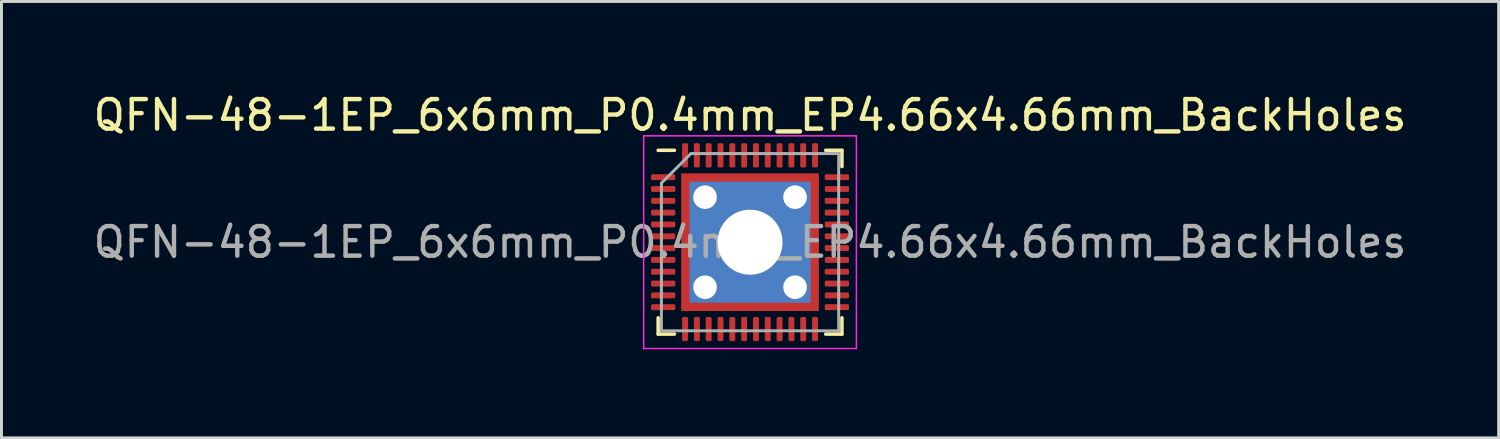
<source format=kicad_pcb>
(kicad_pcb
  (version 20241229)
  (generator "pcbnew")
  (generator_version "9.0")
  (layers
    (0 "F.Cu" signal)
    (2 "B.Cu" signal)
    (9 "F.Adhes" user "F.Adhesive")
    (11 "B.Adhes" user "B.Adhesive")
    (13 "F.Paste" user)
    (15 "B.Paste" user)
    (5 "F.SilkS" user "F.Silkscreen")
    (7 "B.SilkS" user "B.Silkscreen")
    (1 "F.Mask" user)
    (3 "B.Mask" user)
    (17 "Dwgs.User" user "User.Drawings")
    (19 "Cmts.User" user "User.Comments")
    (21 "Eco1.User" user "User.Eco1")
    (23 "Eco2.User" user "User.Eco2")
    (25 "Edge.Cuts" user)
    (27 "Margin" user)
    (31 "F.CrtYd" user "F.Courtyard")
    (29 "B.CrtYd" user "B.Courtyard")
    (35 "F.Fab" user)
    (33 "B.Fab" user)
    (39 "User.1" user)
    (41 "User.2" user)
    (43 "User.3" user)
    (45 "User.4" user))
  (footprint "QFN-48-1EP_6x6mm_P0.4mm_EP4.66x4.66mm_BackHoles"
    (layer "F.Cu")
    (at 22.339 5.148)
    (property "Reference" "QFN-48-1EP_6x6mm_P0.4mm_EP4.66x4.66mm_BackHoles" (at 0 -4.3 0) (layer "F.SilkS") (effects (font (size 1 1) (thickness 0.15))))
    (attr smd)
    (fp_line (start -3.11 3.11) (end -3.11 2.56) (stroke (width 0.12) (type solid)) (layer "F.SilkS"))
    (fp_line (start -2.56 -3.11) (end -3.11 -3.11) (stroke (width 0.12) (type solid)) (layer "F.SilkS"))
    (fp_line (start -2.56 3.11) (end -3.11 3.11) (stroke (width 0.12) (type solid)) (layer "F.SilkS"))
    (fp_line (start 2.56 -3.11) (end 3.11 -3.11) (stroke (width 0.12) (type solid)) (layer "F.SilkS"))
    (fp_line (start 2.56 3.11) (end 3.11 3.11) (stroke (width 0.12) (type solid)) (layer "F.SilkS"))
    (fp_line (start 3.11 -3.11) (end 3.11 -2.56) (stroke (width 0.12) (type solid)) (layer "F.SilkS"))
    (fp_line (start 3.11 3.11) (end 3.11 2.56) (stroke (width 0.12) (type solid)) (layer "F.SilkS"))
    (fp_line (start -3.6 -3.6) (end -3.6 3.6) (stroke (width 0.05) (type solid)) (layer "F.CrtYd"))
    (fp_line (start -3.6 3.6) (end 3.6 3.6) (stroke (width 0.05) (type solid)) (layer "F.CrtYd"))
    (fp_line (start 3.6 -3.6) (end -3.6 -3.6) (stroke (width 0.05) (type solid)) (layer "F.CrtYd"))
    (fp_line (start 3.6 3.6) (end 3.6 -3.6) (stroke (width 0.05) (type solid)) (layer "F.CrtYd"))
    (fp_line (start -3 -2) (end -2 -3) (stroke (width 0.1) (type solid)) (layer "F.Fab"))
    (fp_line (start -3 3) (end -3 -2) (stroke (width 0.1) (type solid)) (layer "F.Fab"))
    (fp_line (start -2 -3) (end 3 -3) (stroke (width 0.1) (type solid)) (layer "F.Fab"))
    (fp_line (start 3 -3) (end 3 3) (stroke (width 0.1) (type solid)) (layer "F.Fab"))
    (fp_line (start 3 3) (end -3 3) (stroke (width 0.1) (type solid)) (layer "F.Fab"))
    (fp_text user "${REFERENCE}" (at 0 0 0) (layer "F.Fab") (effects (font (size 1 1) (thickness 0.15))))
    (pad "" smd custom (at -2.065 -2.065) (size 0.3 0.3) (layers "F.Paste") (options (anchor circle)) (primitives (gr_poly (pts (xy -0.107 -0.107) (xy 0.107 -0.107) (xy 0.107 -0.011) (xy -0.011 0.107) (xy -0.107 0.107)) (width 0.214) (fill yes))))
    (pad "" smd custom (at -2.065 -1.2) (size 0.346 0.346) (layers "F.Paste") (options (anchor circle)) (primitives (gr_poly (pts (xy -0.132 -0.402) (xy 0.065 -0.402) (xy 0.132 -0.335) (xy 0.132 0.335) (xy 0.065 0.402) (xy -0.132 0.402)) (width 0.163) (fill yes))))
    (pad "" smd custom (at -2.065 0) (size 0.346 0.346) (layers "F.Paste") (options (anchor circle)) (primitives (gr_poly (pts (xy -0.132 -0.402) (xy 0.065 -0.402) (xy 0.132 -0.335) (xy 0.132 0.335) (xy 0.065 0.402) (xy -0.132 0.402)) (width 0.163) (fill yes))))
    (pad "" smd custom (at -2.065 1.2) (size 0.346 0.346) (layers "F.Paste") (options (anchor circle)) (primitives (gr_poly (pts (xy -0.132 -0.402) (xy 0.065 -0.402) (xy 0.132 -0.335) (xy 0.132 0.335) (xy 0.065 0.402) (xy -0.132 0.402)) (width 0.163) (fill yes))))
    (pad "" smd custom (at -2.065 2.065) (size 0.3 0.3) (layers "F.Paste") (options (anchor circle)) (primitives (gr_poly (pts (xy -0.107 -0.107) (xy -0.011 -0.107) (xy 0.107 0.011) (xy 0.107 0.107) (xy -0.107 0.107)) (width 0.214) (fill yes))))
    (pad "" smd custom (at -1.2 -2.065) (size 0.346 0.346) (layers "F.Paste") (options (anchor circle)) (primitives (gr_poly (pts (xy -0.402 -0.132) (xy 0.402 -0.132) (xy 0.402 0.065) (xy 0.335 0.132) (xy -0.335 0.132) (xy -0.402 0.065)) (width 0.163) (fill yes))))
    (pad "" smd roundrect (at -1.2 -1.2) (size 0.967 0.967) (layers "F.Paste") (roundrect_rratio 0.25))
    (pad "" smd roundrect (at -1.2 0) (size 0.967 0.967) (layers "F.Paste") (roundrect_rratio 0.25))
    (pad "" smd roundrect (at -1.2 1.2) (size 0.967 0.967) (layers "F.Paste") (roundrect_rratio 0.25))
    (pad "" smd custom (at -1.2 2.065) (size 0.346 0.346) (layers "F.Paste") (options (anchor circle)) (primitives (gr_poly (pts (xy -0.402 -0.065) (xy -0.335 -0.132) (xy 0.335 -0.132) (xy 0.402 -0.065) (xy 0.402 0.132) (xy -0.402 0.132)) (width 0.163) (fill yes))))
    (pad "" smd custom (at 0 -2.065) (size 0.346 0.346) (layers "F.Paste") (options (anchor circle)) (primitives (gr_poly (pts (xy -0.402 -0.132) (xy 0.402 -0.132) (xy 0.402 0.065) (xy 0.335 0.132) (xy -0.335 0.132) (xy -0.402 0.065)) (width 0.163) (fill yes))))
    (pad "" smd roundrect (at 0 -1.2) (size 0.967 0.967) (layers "F.Paste") (roundrect_rratio 0.25))
    (pad "" smd roundrect (at 0 0) (size 0.967 0.967) (layers "F.Paste") (roundrect_rratio 0.25))
    (pad "" smd roundrect (at 0 1.2) (size 0.967 0.967) (layers "F.Paste") (roundrect_rratio 0.25))
    (pad "" smd custom (at 0 2.065) (size 0.346 0.346) (layers "F.Paste") (options (anchor circle)) (primitives (gr_poly (pts (xy -0.402 -0.065) (xy -0.335 -0.132) (xy 0.335 -0.132) (xy 0.402 -0.065) (xy 0.402 0.132) (xy -0.402 0.132)) (width 0.163) (fill yes))))
    (pad "" smd custom (at 1.2 -2.065) (size 0.346 0.346) (layers "F.Paste") (options (anchor circle)) (primitives (gr_poly (pts (xy -0.402 -0.132) (xy 0.402 -0.132) (xy 0.402 0.065) (xy 0.335 0.132) (xy -0.335 0.132) (xy -0.402 0.065)) (width 0.163) (fill yes))))
    (pad "" smd roundrect (at 1.2 -1.2) (size 0.967 0.967) (layers "F.Paste") (roundrect_rratio 0.25))
    (pad "" smd roundrect (at 1.2 0) (size 0.967 0.967) (layers "F.Paste") (roundrect_rratio 0.25))
    (pad "" smd roundrect (at 1.2 1.2) (size 0.967 0.967) (layers "F.Paste") (roundrect_rratio 0.25))
    (pad "" smd custom (at 1.2 2.065) (size 0.346 0.346) (layers "F.Paste") (options (anchor circle)) (primitives (gr_poly (pts (xy -0.402 -0.065) (xy -0.335 -0.132) (xy 0.335 -0.132) (xy 0.402 -0.065) (xy 0.402 0.132) (xy -0.402 0.132)) (width 0.163) (fill yes))))
    (pad "" smd custom (at 2.065 -2.065) (size 0.3 0.3) (layers "F.Paste") (options (anchor circle)) (primitives (gr_poly (pts (xy -0.107 -0.107) (xy 0.107 -0.107) (xy 0.107 0.107) (xy 0.011 0.107) (xy -0.107 -0.011)) (width 0.214) (fill yes))))
    (pad "" smd custom (at 2.065 -1.2) (size 0.346 0.346) (layers "F.Paste") (options (anchor circle)) (primitives (gr_poly (pts (xy -0.132 -0.335) (xy -0.065 -0.402) (xy 0.132 -0.402) (xy 0.132 0.402) (xy -0.065 0.402) (xy -0.132 0.335)) (width 0.163) (fill yes))))
    (pad "" smd custom (at 2.065 0) (size 0.346 0.346) (layers "F.Paste") (options (anchor circle)) (primitives (gr_poly (pts (xy -0.132 -0.335) (xy -0.065 -0.402) (xy 0.132 -0.402) (xy 0.132 0.402) (xy -0.065 0.402) (xy -0.132 0.335)) (width 0.163) (fill yes))))
    (pad "" smd custom (at 2.065 1.2) (size 0.346 0.346) (layers "F.Paste") (options (anchor circle)) (primitives (gr_poly (pts (xy -0.132 -0.335) (xy -0.065 -0.402) (xy 0.132 -0.402) (xy 0.132 0.402) (xy -0.065 0.402) (xy -0.132 0.335)) (width 0.163) (fill yes))))
    (pad "" smd custom (at 2.065 2.065) (size 0.3 0.3) (layers "F.Paste") (options (anchor circle)) (primitives (gr_poly (pts (xy -0.107 0.011) (xy 0.011 -0.107) (xy 0.107 -0.107) (xy 0.107 0.107) (xy -0.107 0.107)) (width 0.214) (fill yes))))
    (pad "1" smd roundrect (at -2.94 -2.2) (size 0.82 0.2) (layers "F.Cu" "F.Mask" "F.Paste") (roundrect_rratio 0.25))
    (pad "2" smd roundrect (at -2.94 -1.8) (size 0.82 0.2) (layers "F.Cu" "F.Mask" "F.Paste") (roundrect_rratio 0.25))
    (pad "3" smd roundrect (at -2.94 -1.4) (size 0.82 0.2) (layers "F.Cu" "F.Mask" "F.Paste") (roundrect_rratio 0.25))
    (pad "4" smd roundrect (at -2.94 -1) (size 0.82 0.2) (layers "F.Cu" "F.Mask" "F.Paste") (roundrect_rratio 0.25))
    (pad "5" smd roundrect (at -2.94 -0.6) (size 0.82 0.2) (layers "F.Cu" "F.Mask" "F.Paste") (roundrect_rratio 0.25))
    (pad "6" smd roundrect (at -2.94 -0.2) (size 0.82 0.2) (layers "F.Cu" "F.Mask" "F.Paste") (roundrect_rratio 0.25))
    (pad "7" smd roundrect (at -2.94 0.2) (size 0.82 0.2) (layers "F.Cu" "F.Mask" "F.Paste") (roundrect_rratio 0.25))
    (pad "8" smd roundrect (at -2.94 0.6) (size 0.82 0.2) (layers "F.Cu" "F.Mask" "F.Paste") (roundrect_rratio 0.25))
    (pad "9" smd roundrect (at -2.94 1) (size 0.82 0.2) (layers "F.Cu" "F.Mask" "F.Paste") (roundrect_rratio 0.25))
    (pad "10" smd roundrect (at -2.94 1.4) (size 0.82 0.2) (layers "F.Cu" "F.Mask" "F.Paste") (roundrect_rratio 0.25))
    (pad "11" smd roundrect (at -2.94 1.8) (size 0.82 0.2) (layers "F.Cu" "F.Mask" "F.Paste") (roundrect_rratio 0.25))
    (pad "12" smd roundrect (at -2.94 2.2) (size 0.82 0.2) (layers "F.Cu" "F.Mask" "F.Paste") (roundrect_rratio 0.25))
    (pad "13" smd roundrect (at -2.2 2.94) (size 0.2 0.82) (layers "F.Cu" "F.Mask" "F.Paste") (roundrect_rratio 0.25))
    (pad "14" smd roundrect (at -1.8 2.94) (size 0.2 0.82) (layers "F.Cu" "F.Mask" "F.Paste") (roundrect_rratio 0.25))
    (pad "15" smd roundrect (at -1.4 2.94) (size 0.2 0.82) (layers "F.Cu" "F.Mask" "F.Paste") (roundrect_rratio 0.25))
    (pad "16" smd roundrect (at -1 2.94) (size 0.2 0.82) (layers "F.Cu" "F.Mask" "F.Paste") (roundrect_rratio 0.25))
    (pad "17" smd roundrect (at -0.6 2.94) (size 0.2 0.82) (layers "F.Cu" "F.Mask" "F.Paste") (roundrect_rratio 0.25))
    (pad "18" smd roundrect (at -0.2 2.94) (size 0.2 0.82) (layers "F.Cu" "F.Mask" "F.Paste") (roundrect_rratio 0.25))
    (pad "19" smd roundrect (at 0.2 2.94) (size 0.2 0.82) (layers "F.Cu" "F.Mask" "F.Paste") (roundrect_rratio 0.25))
    (pad "20" smd roundrect (at 0.6 2.94) (size 0.2 0.82) (layers "F.Cu" "F.Mask" "F.Paste") (roundrect_rratio 0.25))
    (pad "21" smd roundrect (at 1 2.94) (size 0.2 0.82) (layers "F.Cu" "F.Mask" "F.Paste") (roundrect_rratio 0.25))
    (pad "22" smd roundrect (at 1.4 2.94) (size 0.2 0.82) (layers "F.Cu" "F.Mask" "F.Paste") (roundrect_rratio 0.25))
    (pad "23" smd roundrect (at 1.8 2.94) (size 0.2 0.82) (layers "F.Cu" "F.Mask" "F.Paste") (roundrect_rratio 0.25))
    (pad "24" smd roundrect (at 2.2 2.94) (size 0.2 0.82) (layers "F.Cu" "F.Mask" "F.Paste") (roundrect_rratio 0.25))
    (pad "25" smd roundrect (at 2.94 2.2) (size 0.82 0.2) (layers "F.Cu" "F.Mask" "F.Paste") (roundrect_rratio 0.25))
    (pad "26" smd roundrect (at 2.94 1.8) (size 0.82 0.2) (layers "F.Cu" "F.Mask" "F.Paste") (roundrect_rratio 0.25))
    (pad "27" smd roundrect (at 2.94 1.4) (size 0.82 0.2) (layers "F.Cu" "F.Mask" "F.Paste") (roundrect_rratio 0.25))
    (pad "28" smd roundrect (at 2.94 1) (size 0.82 0.2) (layers "F.Cu" "F.Mask" "F.Paste") (roundrect_rratio 0.25))
    (pad "29" smd roundrect (at 2.94 0.6) (size 0.82 0.2) (layers "F.Cu" "F.Mask" "F.Paste") (roundrect_rratio 0.25))
    (pad "30" smd roundrect (at 2.94 0.2) (size 0.82 0.2) (layers "F.Cu" "F.Mask" "F.Paste") (roundrect_rratio 0.25))
    (pad "31" smd roundrect (at 2.94 -0.2) (size 0.82 0.2) (layers "F.Cu" "F.Mask" "F.Paste") (roundrect_rratio 0.25))
    (pad "32" smd roundrect (at 2.94 -0.6) (size 0.82 0.2) (layers "F.Cu" "F.Mask" "F.Paste") (roundrect_rratio 0.25))
    (pad "33" smd roundrect (at 2.94 -1) (size 0.82 0.2) (layers "F.Cu" "F.Mask" "F.Paste") (roundrect_rratio 0.25))
    (pad "34" smd roundrect (at 2.94 -1.4) (size 0.82 0.2) (layers "F.Cu" "F.Mask" "F.Paste") (roundrect_rratio 0.25))
    (pad "35" smd roundrect (at 2.94 -1.8) (size 0.82 0.2) (layers "F.Cu" "F.Mask" "F.Paste") (roundrect_rratio 0.25))
    (pad "36" smd roundrect (at 2.94 -2.2) (size 0.82 0.2) (layers "F.Cu" "F.Mask" "F.Paste") (roundrect_rratio 0.25))
    (pad "37" smd roundrect (at 2.2 -2.94) (size 0.2 0.82) (layers "F.Cu" "F.Mask" "F.Paste") (roundrect_rratio 0.25))
    (pad "38" smd roundrect (at 1.8 -2.94) (size 0.2 0.82) (layers "F.Cu" "F.Mask" "F.Paste") (roundrect_rratio 0.25))
    (pad "39" smd roundrect (at 1.4 -2.94) (size 0.2 0.82) (layers "F.Cu" "F.Mask" "F.Paste") (roundrect_rratio 0.25))
    (pad "40" smd roundrect (at 1 -2.94) (size 0.2 0.82) (layers "F.Cu" "F.Mask" "F.Paste") (roundrect_rratio 0.25))
    (pad "41" smd roundrect (at 0.6 -2.94) (size 0.2 0.82) (layers "F.Cu" "F.Mask" "F.Paste") (roundrect_rratio 0.25))
    (pad "42" smd roundrect (at 0.2 -2.94) (size 0.2 0.82) (layers "F.Cu" "F.Mask" "F.Paste") (roundrect_rratio 0.25))
    (pad "43" smd roundrect (at -0.2 -2.94) (size 0.2 0.82) (layers "F.Cu" "F.Mask" "F.Paste") (roundrect_rratio 0.25))
    (pad "44" smd roundrect (at -0.6 -2.94) (size 0.2 0.82) (layers "F.Cu" "F.Mask" "F.Paste") (roundrect_rratio 0.25))
    (pad "45" smd roundrect (at -1 -2.94) (size 0.2 0.82) (layers "F.Cu" "F.Mask" "F.Paste") (roundrect_rratio 0.25))
    (pad "46" smd roundrect (at -1.4 -2.94) (size 0.2 0.82) (layers "F.Cu" "F.Mask" "F.Paste") (roundrect_rratio 0.25))
    (pad "47" smd roundrect (at -1.8 -2.94) (size 0.2 0.82) (layers "F.Cu" "F.Mask" "F.Paste") (roundrect_rratio 0.25))
    (pad "48" smd roundrect (at -2.2 -2.94) (size 0.2 0.82) (layers "F.Cu" "F.Mask" "F.Paste") (roundrect_rratio 0.25))
    (pad "49" thru_hole circle (at -1.524 -1.524) (size 1 1) (drill 0.8) (layers "*.Cu"))
    (pad "49" thru_hole circle (at -1.524 1.524) (size 1 1) (drill 0.8) (layers "*.Cu"))
    (pad "49" thru_hole circle (at 0 0) (size 2.8 2.8) (drill 2.2) (layers "*.Cu"))
    (pad "49" smd rect (at 0 0) (size 4.1 4.1) (layers "B.Cu"))
    (pad "49" smd rect (at 0 0) (size 4.66 4.66) (layers "F.Cu" "F.Mask"))
    (pad "49" thru_hole circle (at 1.524 -1.524) (size 1 1) (drill 0.8) (layers "*.Cu"))
    (pad "49" thru_hole circle (at 1.524 1.524) (size 1 1) (drill 0.8) (layers "*.Cu")))
  (gr_rect
    (start -3 -3)
    (end 47.679 11.773)
    (stroke (width 0.1) (type default))
    (fill no)
    (layer "Edge.Cuts")))
</source>
